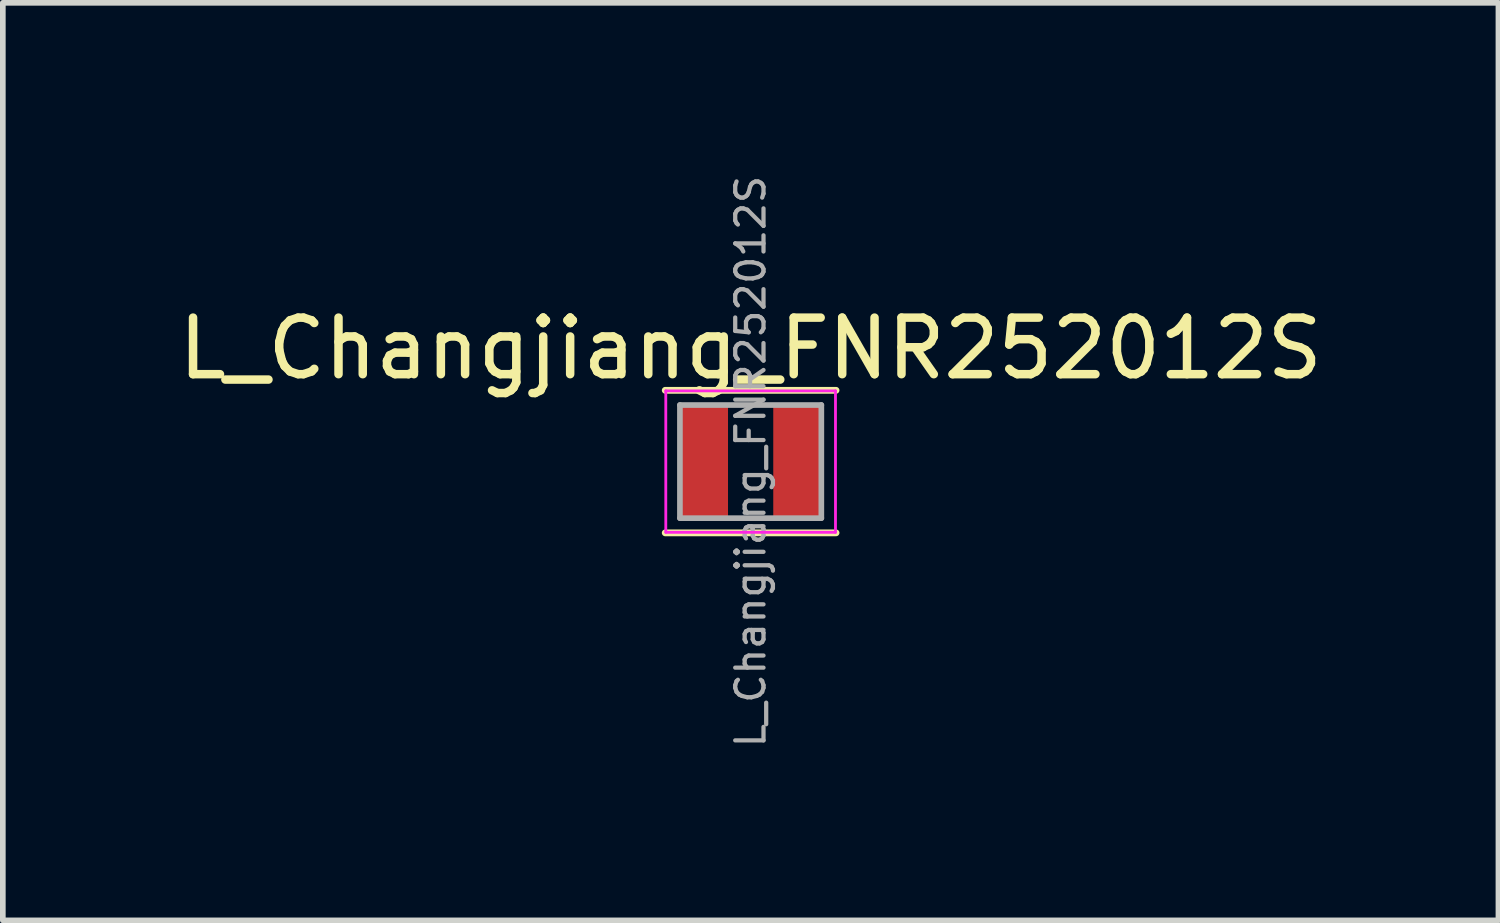
<source format=kicad_pcb>
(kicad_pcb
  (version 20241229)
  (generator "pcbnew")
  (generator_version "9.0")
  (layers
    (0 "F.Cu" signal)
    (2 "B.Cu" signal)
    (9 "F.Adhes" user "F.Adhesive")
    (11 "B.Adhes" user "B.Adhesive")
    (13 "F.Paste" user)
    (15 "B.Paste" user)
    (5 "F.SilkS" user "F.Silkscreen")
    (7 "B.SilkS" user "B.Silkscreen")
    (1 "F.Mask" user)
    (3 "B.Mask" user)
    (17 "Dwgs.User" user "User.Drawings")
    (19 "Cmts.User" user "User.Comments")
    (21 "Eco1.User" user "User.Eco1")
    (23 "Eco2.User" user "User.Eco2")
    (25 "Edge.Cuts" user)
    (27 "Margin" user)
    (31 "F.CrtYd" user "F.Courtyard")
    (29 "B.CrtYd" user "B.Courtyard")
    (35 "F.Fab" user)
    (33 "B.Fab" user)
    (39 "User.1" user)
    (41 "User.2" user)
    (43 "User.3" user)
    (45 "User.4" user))
  (footprint "L_Changjiang_FNR252012S"
    (layer "F.Cu")
    (at 10.22 5.11)
    (property "Reference" "L_Changjiang_FNR252012S" (at 0 -2 0) (layer "F.SilkS") (effects (font (size 1 1) (thickness 0.15))))
    (attr smd)
    (fp_line (start -1.51 -1.26) (end 1.51 -1.26) (stroke (width 0.12) (type solid)) (layer "F.SilkS"))
    (fp_line (start -1.51 1.26) (end 1.51 1.26) (stroke (width 0.12) (type solid)) (layer "F.SilkS"))
    (fp_line (start -1.5 -1.25) (end -1.5 1.25) (stroke (width 0.05) (type solid)) (layer "F.CrtYd"))
    (fp_line (start -1.5 1.25) (end 1.5 1.25) (stroke (width 0.05) (type solid)) (layer "F.CrtYd"))
    (fp_line (start 1.5 -1.25) (end -1.5 -1.25) (stroke (width 0.05) (type solid)) (layer "F.CrtYd"))
    (fp_line (start 1.5 1.25) (end 1.5 -1.25) (stroke (width 0.05) (type solid)) (layer "F.CrtYd"))
    (fp_line (start -1.25 -1) (end -1.25 1) (stroke (width 0.1) (type solid)) (layer "F.Fab"))
    (fp_line (start -1.25 1) (end 1.25 1) (stroke (width 0.1) (type solid)) (layer "F.Fab"))
    (fp_line (start 1.25 -1) (end -1.25 -1) (stroke (width 0.1) (type solid)) (layer "F.Fab"))
    (fp_line (start 1.25 1) (end 1.25 -1) (stroke (width 0.1) (type solid)) (layer "F.Fab"))
    (fp_text user "${REFERENCE}" (at 0 0 90) (layer "F.Fab") (effects (font (size 0.5 0.5) (thickness 0.075))))
    (pad "1" smd rect (at -0.825 0) (size 0.85 2) (layers "F.Cu" "F.Mask" "F.Paste"))
    (pad "2" smd rect (at 0.825 0) (size 0.85 2) (layers "F.Cu" "F.Mask" "F.Paste")))
  (gr_rect
    (start -3 -3)
    (end 23.44 13.22)
    (stroke (width 0.1) (type default))
    (fill no)
    (layer "Edge.Cuts")))
</source>
